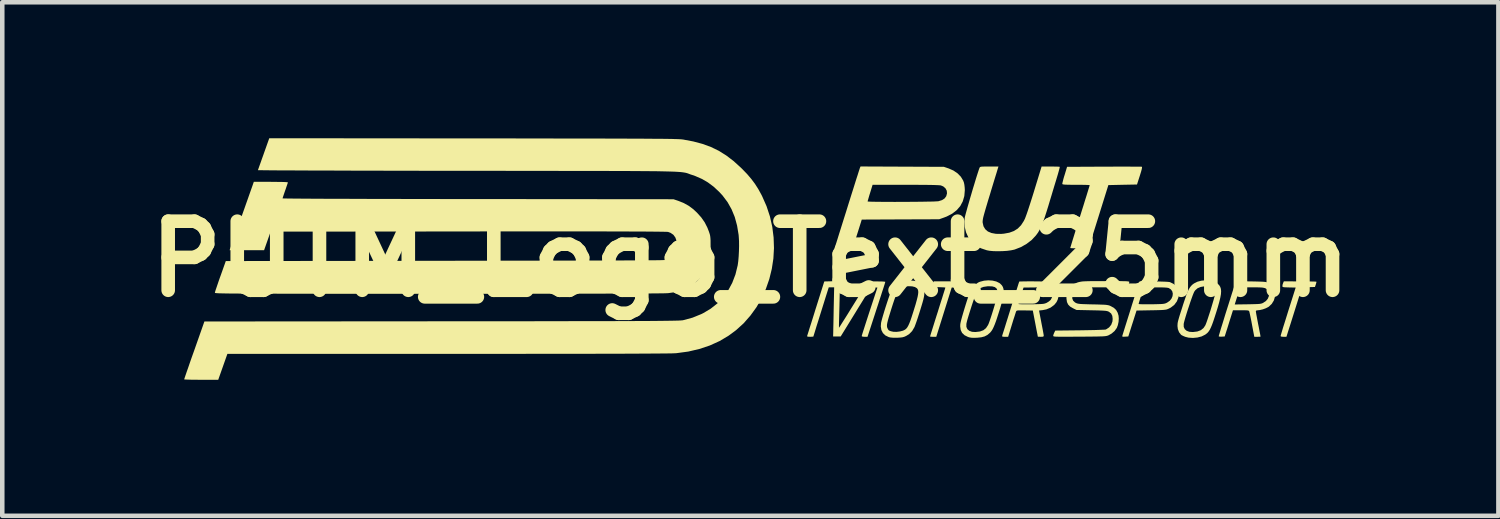
<source format=kicad_pcb>
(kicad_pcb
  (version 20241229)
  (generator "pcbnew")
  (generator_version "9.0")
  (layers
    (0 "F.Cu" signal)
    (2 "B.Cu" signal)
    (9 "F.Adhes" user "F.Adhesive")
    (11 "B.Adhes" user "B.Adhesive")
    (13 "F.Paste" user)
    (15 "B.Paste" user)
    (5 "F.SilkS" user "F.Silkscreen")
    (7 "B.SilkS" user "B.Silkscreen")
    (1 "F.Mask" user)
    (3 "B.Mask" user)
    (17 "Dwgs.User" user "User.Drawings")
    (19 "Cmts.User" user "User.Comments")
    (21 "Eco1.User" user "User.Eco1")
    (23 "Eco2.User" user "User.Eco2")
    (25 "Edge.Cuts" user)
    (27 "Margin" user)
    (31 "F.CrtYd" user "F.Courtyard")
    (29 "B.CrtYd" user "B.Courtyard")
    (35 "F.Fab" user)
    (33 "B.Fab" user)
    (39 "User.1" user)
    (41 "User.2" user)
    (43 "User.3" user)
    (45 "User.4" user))
  (footprint "PUTM_Logo_Text_25mm"
    (layer "F.Cu")
    (at 13.506 2.665)
    (property "Reference" "PUTM_Logo_Text_25mm" (at 0 0 0) (layer "F.SilkS") (effects (font (size 1.524 1.524) (thickness 0.3))))
    (attr board_only exclude_from_pos_files exclude_from_bom allow_missing_courtyard)
    (fp_poly (pts (xy 12.127 0.494) (xy 12.221 0.494) (xy 12.306 0.495) (xy 12.378 0.496) (xy 12.435 0.497) (xy 12.474 0.499) (xy 12.489 0.5) (xy 12.489 0.5) (xy 12.489 0.514) (xy 12.481 0.545) (xy 12.476 0.561) (xy 12.457 0.617) (xy 12.171 0.625) (xy 12.044 1.031) (xy 12.011 1.136) (xy 11.978 1.241) (xy 11.947 1.34) (xy 11.919 1.429) (xy 11.895 1.504) (xy 11.877 1.56) (xy 11.872 1.576) (xy 11.828 1.716) (xy 11.764 1.716) (xy 11.719 1.713) (xy 11.7 1.703) (xy 11.699 1.7) (xy 11.703 1.684) (xy 11.714 1.646) (xy 11.731 1.589) (xy 11.753 1.515) (xy 11.781 1.427) (xy 11.812 1.328) (xy 11.846 1.219) (xy 11.865 1.157) (xy 12.032 0.63) (xy 11.885 0.627) (xy 11.821 0.625) (xy 11.78 0.623) (xy 11.755 0.619) (xy 11.743 0.612) (xy 11.739 0.603) (xy 11.739 0.594) (xy 11.744 0.561) (xy 11.755 0.529) (xy 11.771 0.492)) (stroke (width 0) (type solid)) (fill yes) (layer "F.SilkS"))
    (fp_poly (pts (xy 4.403 0.493) (xy 4.496 0.493) (xy 4.58 0.494) (xy 4.651 0.496) (xy 4.707 0.498) (xy 4.744 0.5) (xy 4.758 0.503) (xy 4.758 0.503) (xy 4.753 0.538) (xy 4.744 0.576) (xy 4.731 0.604) (xy 4.726 0.61) (xy 4.707 0.616) (xy 4.669 0.621) (xy 4.617 0.625) (xy 4.576 0.627) (xy 4.442 0.63) (xy 4.272 1.173) (xy 4.102 1.716) (xy 4.033 1.716) (xy 3.995 1.715) (xy 3.97 1.712) (xy 3.965 1.71) (xy 3.968 1.697) (xy 3.979 1.662) (xy 3.996 1.607) (xy 4.019 1.534) (xy 4.046 1.448) (xy 4.077 1.349) (xy 4.111 1.241) (xy 4.134 1.17) (xy 4.169 1.057) (xy 4.202 0.952) (xy 4.232 0.858) (xy 4.257 0.777) (xy 4.278 0.711) (xy 4.293 0.663) (xy 4.301 0.635) (xy 4.303 0.63) (xy 4.291 0.628) (xy 4.258 0.625) (xy 4.209 0.623) (xy 4.156 0.621) (xy 4.093 0.619) (xy 4.052 0.617) (xy 4.027 0.613) (xy 4.016 0.607) (xy 4.013 0.597) (xy 4.014 0.586) (xy 4.022 0.55) (xy 4.033 0.524) (xy 4.049 0.492)) (stroke (width 0) (type solid)) (fill yes) (layer "F.SilkS"))
    (fp_poly (pts (xy 8.327 -2.039) (xy 8.427 -2.038) (xy 8.51 -2.038) (xy 8.575 -2.037) (xy 8.618 -2.037) (xy 8.639 -2.036) (xy 8.64 -2.035) (xy 8.642 -2.021) (xy 8.636 -1.984) (xy 8.62 -1.924) (xy 8.594 -1.84) (xy 8.593 -1.837) (xy 8.531 -1.644) (xy 8.215 -1.638) (xy 7.899 -1.631) (xy 7.682 -0.936) (xy 7.464 -0.24) (xy 7.261 -0.237) (xy 7.192 -0.236) (xy 7.133 -0.237) (xy 7.088 -0.239) (xy 7.063 -0.241) (xy 7.058 -0.243) (xy 7.062 -0.257) (xy 7.073 -0.293) (xy 7.09 -0.35) (xy 7.113 -0.425) (xy 7.141 -0.515) (xy 7.173 -0.619) (xy 7.209 -0.734) (xy 7.248 -0.857) (xy 7.273 -0.937) (xy 7.313 -1.066) (xy 7.351 -1.186) (xy 7.385 -1.297) (xy 7.416 -1.395) (xy 7.442 -1.48) (xy 7.463 -1.548) (xy 7.478 -1.597) (xy 7.486 -1.624) (xy 7.487 -1.63) (xy 7.475 -1.632) (xy 7.44 -1.634) (xy 7.387 -1.636) (xy 7.318 -1.637) (xy 7.238 -1.638) (xy 7.188 -1.638) (xy 7.086 -1.638) (xy 7.008 -1.639) (xy 6.951 -1.641) (xy 6.913 -1.644) (xy 6.891 -1.649) (xy 6.883 -1.654) (xy 6.884 -1.672) (xy 6.893 -1.709) (xy 6.906 -1.762) (xy 6.924 -1.825) (xy 6.933 -1.852) (xy 6.988 -2.034) (xy 7.806 -2.038) (xy 7.95 -2.038) (xy 8.086 -2.039) (xy 8.213 -2.039)) (stroke (width 0) (type solid)) (fill yes) (layer "F.SilkS"))
    (fp_poly (pts (xy 8.836 0.492) (xy 8.917 0.494) (xy 8.999 0.495) (xy 9.076 0.498) (xy 9.145 0.5) (xy 9.201 0.503) (xy 9.241 0.507) (xy 9.258 0.51) (xy 9.336 0.548) (xy 9.396 0.601) (xy 9.436 0.666) (xy 9.454 0.74) (xy 9.454 0.752) (xy 9.444 0.85) (xy 9.41 0.936) (xy 9.354 1.011) (xy 9.277 1.071) (xy 9.245 1.088) (xy 9.222 1.099) (xy 9.2 1.108) (xy 9.178 1.115) (xy 9.15 1.119) (xy 9.113 1.123) (xy 9.063 1.126) (xy 8.997 1.128) (xy 8.911 1.13) (xy 8.846 1.131) (xy 8.521 1.137) (xy 8.471 1.293) (xy 8.447 1.37) (xy 8.42 1.453) (xy 8.395 1.532) (xy 8.38 1.579) (xy 8.339 1.709) (xy 8.269 1.713) (xy 8.23 1.715) (xy 8.21 1.712) (xy 8.205 1.702) (xy 8.207 1.694) (xy 8.232 1.613) (xy 8.261 1.52) (xy 8.293 1.418) (xy 8.327 1.31) (xy 8.362 1.199) (xy 8.397 1.087) (xy 8.426 0.992) (xy 8.566 0.992) (xy 8.579 0.995) (xy 8.613 0.997) (xy 8.667 0.999) (xy 8.734 0.999) (xy 8.814 0.999) (xy 8.849 0.999) (xy 8.943 0.997) (xy 9.014 0.995) (xy 9.067 0.993) (xy 9.106 0.99) (xy 9.135 0.985) (xy 9.158 0.979) (xy 9.179 0.97) (xy 9.197 0.961) (xy 9.253 0.922) (xy 9.292 0.873) (xy 9.315 0.819) (xy 9.321 0.764) (xy 9.309 0.713) (xy 9.279 0.671) (xy 9.232 0.641) (xy 9.219 0.637) (xy 9.187 0.632) (xy 9.132 0.628) (xy 9.059 0.626) (xy 8.97 0.626) (xy 8.924 0.627) (xy 8.678 0.63) (xy 8.622 0.806) (xy 8.602 0.87) (xy 8.585 0.925) (xy 8.573 0.966) (xy 8.567 0.989) (xy 8.566 0.992) (xy 8.426 0.992) (xy 8.431 0.977) (xy 8.464 0.872) (xy 8.495 0.774) (xy 8.523 0.687) (xy 8.546 0.613) (xy 8.565 0.555) (xy 8.578 0.516) (xy 8.584 0.498) (xy 8.584 0.498) (xy 8.6 0.495) (xy 8.637 0.493) (xy 8.692 0.492) (xy 8.76 0.492)) (stroke (width 0) (type solid)) (fill yes) (layer "F.SilkS"))
    (fp_poly (pts (xy 5.342 0.476) (xy 5.426 0.496) (xy 5.494 0.529) (xy 5.516 0.546) (xy 5.549 0.58) (xy 5.572 0.618) (xy 5.586 0.663) (xy 5.59 0.717) (xy 5.585 0.784) (xy 5.57 0.865) (xy 5.546 0.964) (xy 5.512 1.083) (xy 5.493 1.144) (xy 5.455 1.263) (xy 5.423 1.361) (xy 5.394 1.439) (xy 5.368 1.501) (xy 5.344 1.55) (xy 5.32 1.588) (xy 5.294 1.62) (xy 5.284 1.63) (xy 5.229 1.676) (xy 5.168 1.708) (xy 5.095 1.727) (xy 5.003 1.737) (xy 4.992 1.737) (xy 4.923 1.739) (xy 4.872 1.736) (xy 4.829 1.728) (xy 4.799 1.718) (xy 4.725 1.681) (xy 4.672 1.631) (xy 4.641 1.566) (xy 4.63 1.486) (xy 4.632 1.438) (xy 4.633 1.432) (xy 4.766 1.432) (xy 4.766 1.497) (xy 4.788 1.548) (xy 4.83 1.584) (xy 4.89 1.606) (xy 4.966 1.611) (xy 5.059 1.6) (xy 5.069 1.598) (xy 5.142 1.571) (xy 5.199 1.525) (xy 5.244 1.457) (xy 5.26 1.421) (xy 5.28 1.366) (xy 5.304 1.295) (xy 5.33 1.215) (xy 5.357 1.129) (xy 5.383 1.042) (xy 5.407 0.959) (xy 5.428 0.883) (xy 5.444 0.821) (xy 5.454 0.776) (xy 5.456 0.76) (xy 5.453 0.698) (xy 5.433 0.651) (xy 5.395 0.62) (xy 5.337 0.604) (xy 5.258 0.601) (xy 5.231 0.602) (xy 5.144 0.615) (xy 5.078 0.64) (xy 5.027 0.681) (xy 4.997 0.723) (xy 4.983 0.752) (xy 4.963 0.802) (xy 4.939 0.868) (xy 4.912 0.946) (xy 4.884 1.03) (xy 4.856 1.118) (xy 4.829 1.203) (xy 4.805 1.282) (xy 4.785 1.35) (xy 4.772 1.403) (xy 4.766 1.432) (xy 4.633 1.432) (xy 4.638 1.404) (xy 4.651 1.349) (xy 4.67 1.278) (xy 4.694 1.196) (xy 4.72 1.108) (xy 4.748 1.017) (xy 4.776 0.928) (xy 4.803 0.846) (xy 4.828 0.775) (xy 4.849 0.719) (xy 4.864 0.684) (xy 4.906 0.622) (xy 4.962 0.565) (xy 5.024 0.52) (xy 5.064 0.502) (xy 5.156 0.478) (xy 5.25 0.47)) (stroke (width 0) (type solid)) (fill yes) (layer "F.SilkS"))
    (fp_poly (pts (xy 10.133 0.474) (xy 10.217 0.494) (xy 10.288 0.527) (xy 10.313 0.546) (xy 10.345 0.579) (xy 10.368 0.616) (xy 10.382 0.659) (xy 10.387 0.711) (xy 10.383 0.775) (xy 10.369 0.853) (xy 10.346 0.948) (xy 10.314 1.062) (xy 10.283 1.162) (xy 10.245 1.281) (xy 10.213 1.378) (xy 10.185 1.455) (xy 10.159 1.516) (xy 10.135 1.564) (xy 10.11 1.601) (xy 10.084 1.631) (xy 10.054 1.655) (xy 10.035 1.669) (xy 9.957 1.708) (xy 9.864 1.732) (xy 9.766 1.741) (xy 9.669 1.735) (xy 9.596 1.717) (xy 9.553 1.699) (xy 9.515 1.68) (xy 9.501 1.669) (xy 9.459 1.615) (xy 9.432 1.546) (xy 9.424 1.479) (xy 9.425 1.454) (xy 9.426 1.434) (xy 9.561 1.434) (xy 9.562 1.498) (xy 9.585 1.548) (xy 9.627 1.584) (xy 9.687 1.606) (xy 9.764 1.611) (xy 9.856 1.6) (xy 9.866 1.598) (xy 9.94 1.57) (xy 9.999 1.522) (xy 10.038 1.464) (xy 10.052 1.431) (xy 10.072 1.377) (xy 10.095 1.309) (xy 10.121 1.229) (xy 10.149 1.144) (xy 10.175 1.057) (xy 10.2 0.973) (xy 10.222 0.898) (xy 10.239 0.835) (xy 10.249 0.789) (xy 10.252 0.773) (xy 10.251 0.707) (xy 10.233 0.657) (xy 10.195 0.623) (xy 10.137 0.604) (xy 10.058 0.6) (xy 10.02 0.602) (xy 9.934 0.617) (xy 9.867 0.645) (xy 9.816 0.69) (xy 9.793 0.723) (xy 9.78 0.752) (xy 9.76 0.802) (xy 9.736 0.868) (xy 9.709 0.945) (xy 9.681 1.03) (xy 9.652 1.117) (xy 9.625 1.202) (xy 9.601 1.281) (xy 9.581 1.35) (xy 9.567 1.403) (xy 9.561 1.434) (xy 9.426 1.434) (xy 9.426 1.43) (xy 9.429 1.405) (xy 9.435 1.376) (xy 9.445 1.338) (xy 9.459 1.289) (xy 9.478 1.226) (xy 9.504 1.146) (xy 9.536 1.045) (xy 9.548 1.006) (xy 9.586 0.892) (xy 9.618 0.8) (xy 9.647 0.727) (xy 9.673 0.67) (xy 9.7 0.625) (xy 9.728 0.59) (xy 9.758 0.561) (xy 9.79 0.538) (xy 9.864 0.501) (xy 9.951 0.478) (xy 10.042 0.469)) (stroke (width 0) (type solid)) (fill yes) (layer "F.SilkS"))
    (fp_poly (pts (xy 3.35 -2.038) (xy 4.27 -2.034) (xy 4.374 -1.999) (xy 4.481 -1.952) (xy 4.572 -1.89) (xy 4.644 -1.816) (xy 4.695 -1.732) (xy 4.712 -1.687) (xy 4.722 -1.639) (xy 4.729 -1.578) (xy 4.732 -1.521) (xy 4.721 -1.39) (xy 4.687 -1.273) (xy 4.632 -1.169) (xy 4.554 -1.079) (xy 4.455 -1.002) (xy 4.333 -0.938) (xy 4.27 -0.914) (xy 4.166 -0.877) (xy 3.312 -0.874) (xy 2.458 -0.87) (xy 2.398 -0.679) (xy 2.373 -0.599) (xy 2.346 -0.515) (xy 2.321 -0.436) (xy 2.301 -0.372) (xy 2.297 -0.361) (xy 2.256 -0.234) (xy 2.056 -0.234) (xy 1.977 -0.234) (xy 1.921 -0.236) (xy 1.885 -0.239) (xy 1.866 -0.243) (xy 1.862 -0.25) (xy 1.862 -0.25) (xy 1.867 -0.265) (xy 1.879 -0.303) (xy 1.898 -0.361) (xy 1.922 -0.438) (xy 1.951 -0.532) (xy 1.985 -0.64) (xy 2.023 -0.761) (xy 2.064 -0.892) (xy 2.108 -1.031) (xy 2.137 -1.124) (xy 2.182 -1.269) (xy 2.183 -1.271) (xy 2.587 -1.271) (xy 2.599 -1.268) (xy 2.635 -1.266) (xy 2.691 -1.264) (xy 2.766 -1.263) (xy 2.855 -1.262) (xy 2.956 -1.261) (xy 3.067 -1.261) (xy 3.185 -1.26) (xy 3.307 -1.261) (xy 3.431 -1.261) (xy 3.553 -1.262) (xy 3.671 -1.263) (xy 3.782 -1.264) (xy 3.884 -1.266) (xy 3.973 -1.267) (xy 4.047 -1.269) (xy 4.104 -1.272) (xy 4.14 -1.274) (xy 4.149 -1.275) (xy 4.227 -1.299) (xy 4.284 -1.335) (xy 4.32 -1.383) (xy 4.322 -1.386) (xy 4.339 -1.449) (xy 4.333 -1.508) (xy 4.304 -1.561) (xy 4.256 -1.602) (xy 4.203 -1.624) (xy 4.177 -1.627) (xy 4.126 -1.63) (xy 4.05 -1.633) (xy 3.95 -1.635) (xy 3.827 -1.636) (xy 3.681 -1.637) (xy 3.512 -1.638) (xy 3.425 -1.638) (xy 2.697 -1.638) (xy 2.642 -1.459) (xy 2.622 -1.395) (xy 2.606 -1.339) (xy 2.594 -1.297) (xy 2.587 -1.274) (xy 2.587 -1.271) (xy 2.183 -1.271) (xy 2.225 -1.406) (xy 2.266 -1.535) (xy 2.303 -1.653) (xy 2.336 -1.758) (xy 2.365 -1.847) (xy 2.388 -1.92) (xy 2.405 -1.973) (xy 2.415 -2.004) (xy 2.418 -2.012) (xy 2.431 -2.042)) (stroke (width 0) (type solid)) (fill yes) (layer "F.SilkS"))
    (fp_poly (pts (xy 3.604 0.479) (xy 3.677 0.492) (xy 3.735 0.517) (xy 3.78 0.555) (xy 3.806 0.589) (xy 3.825 0.62) (xy 3.835 0.65) (xy 3.839 0.688) (xy 3.84 0.74) (xy 3.838 0.776) (xy 3.834 0.812) (xy 3.826 0.854) (xy 3.814 0.905) (xy 3.796 0.969) (xy 3.772 1.049) (xy 3.745 1.137) (xy 3.717 1.225) (xy 3.69 1.309) (xy 3.665 1.383) (xy 3.643 1.444) (xy 3.627 1.487) (xy 3.621 1.502) (xy 3.569 1.59) (xy 3.502 1.658) (xy 3.436 1.698) (xy 3.396 1.716) (xy 3.356 1.727) (xy 3.308 1.733) (xy 3.244 1.737) (xy 3.239 1.737) (xy 3.153 1.737) (xy 3.088 1.731) (xy 3.052 1.722) (xy 2.979 1.686) (xy 2.925 1.634) (xy 2.891 1.567) (xy 2.878 1.487) (xy 2.879 1.475) (xy 3.014 1.475) (xy 3.016 1.5) (xy 3.022 1.52) (xy 3.031 1.538) (xy 3.043 1.56) (xy 3.054 1.573) (xy 3.073 1.583) (xy 3.103 1.594) (xy 3.159 1.606) (xy 3.229 1.607) (xy 3.302 1.598) (xy 3.367 1.581) (xy 3.387 1.572) (xy 3.415 1.557) (xy 3.44 1.536) (xy 3.462 1.509) (xy 3.484 1.471) (xy 3.507 1.421) (xy 3.533 1.355) (xy 3.561 1.271) (xy 3.595 1.165) (xy 3.609 1.12) (xy 3.645 1.004) (xy 3.671 0.91) (xy 3.69 0.835) (xy 3.701 0.776) (xy 3.705 0.73) (xy 3.702 0.696) (xy 3.693 0.669) (xy 3.677 0.647) (xy 3.674 0.644) (xy 3.631 0.618) (xy 3.569 0.603) (xy 3.493 0.6) (xy 3.449 0.603) (xy 3.394 0.612) (xy 3.348 0.627) (xy 3.309 0.65) (xy 3.275 0.684) (xy 3.244 0.733) (xy 3.214 0.799) (xy 3.182 0.884) (xy 3.147 0.987) (xy 3.108 1.109) (xy 3.077 1.21) (xy 3.052 1.291) (xy 3.034 1.356) (xy 3.022 1.406) (xy 3.015 1.445) (xy 3.014 1.475) (xy 2.879 1.475) (xy 2.884 1.408) (xy 2.894 1.365) (xy 2.91 1.305) (xy 2.932 1.23) (xy 2.957 1.146) (xy 2.985 1.057) (xy 3.014 0.968) (xy 3.042 0.883) (xy 3.068 0.808) (xy 3.09 0.746) (xy 3.108 0.702) (xy 3.114 0.689) (xy 3.166 0.612) (xy 3.237 0.547) (xy 3.308 0.505) (xy 3.344 0.49) (xy 3.38 0.481) (xy 3.424 0.477) (xy 3.484 0.475) (xy 3.51 0.475)) (stroke (width 0) (type solid)) (fill yes) (layer "F.SilkS"))
    (fp_poly (pts (xy 5.465 -2.012) (xy 5.459 -1.993) (xy 5.447 -1.953) (xy 5.429 -1.893) (xy 5.405 -1.816) (xy 5.377 -1.725) (xy 5.346 -1.623) (xy 5.312 -1.511) (xy 5.288 -1.43) (xy 5.247 -1.297) (xy 5.214 -1.186) (xy 5.187 -1.095) (xy 5.166 -1.021) (xy 5.15 -0.963) (xy 5.138 -0.917) (xy 5.131 -0.881) (xy 5.127 -0.853) (xy 5.125 -0.83) (xy 5.125 -0.81) (xy 5.126 -0.802) (xy 5.144 -0.722) (xy 5.183 -0.657) (xy 5.241 -0.607) (xy 5.32 -0.574) (xy 5.417 -0.556) (xy 5.532 -0.554) (xy 5.593 -0.559) (xy 5.714 -0.581) (xy 5.815 -0.618) (xy 5.9 -0.672) (xy 5.972 -0.745) (xy 6.033 -0.839) (xy 6.058 -0.889) (xy 6.072 -0.925) (xy 6.093 -0.982) (xy 6.119 -1.057) (xy 6.149 -1.148) (xy 6.182 -1.25) (xy 6.217 -1.36) (xy 6.253 -1.475) (xy 6.266 -1.518) (xy 6.426 -2.041) (xy 6.623 -2.041) (xy 6.692 -2.04) (xy 6.751 -2.039) (xy 6.796 -2.038) (xy 6.822 -2.035) (xy 6.827 -2.034) (xy 6.825 -2.02) (xy 6.817 -1.986) (xy 6.803 -1.934) (xy 6.785 -1.87) (xy 6.763 -1.797) (xy 6.741 -1.723) (xy 6.712 -1.629) (xy 6.68 -1.523) (xy 6.646 -1.409) (xy 6.611 -1.294) (xy 6.578 -1.183) (xy 6.576 -1.176) (xy 6.534 -1.042) (xy 6.498 -0.93) (xy 6.466 -0.836) (xy 6.436 -0.758) (xy 6.407 -0.692) (xy 6.378 -0.636) (xy 6.348 -0.585) (xy 6.314 -0.538) (xy 6.298 -0.517) (xy 6.207 -0.42) (xy 6.096 -0.335) (xy 5.972 -0.264) (xy 5.838 -0.212) (xy 5.823 -0.207) (xy 5.751 -0.192) (xy 5.662 -0.18) (xy 5.562 -0.174) (xy 5.46 -0.172) (xy 5.362 -0.174) (xy 5.275 -0.182) (xy 5.217 -0.193) (xy 5.087 -0.237) (xy 4.976 -0.298) (xy 4.884 -0.375) (xy 4.813 -0.469) (xy 4.763 -0.579) (xy 4.759 -0.589) (xy 4.73 -0.708) (xy 4.723 -0.823) (xy 4.73 -0.91) (xy 4.736 -0.939) (xy 4.749 -0.989) (xy 4.768 -1.058) (xy 4.791 -1.141) (xy 4.818 -1.234) (xy 4.847 -1.336) (xy 4.878 -1.441) (xy 4.909 -1.547) (xy 4.941 -1.651) (xy 4.97 -1.748) (xy 4.997 -1.835) (xy 5.021 -1.909) (xy 5.04 -1.967) (xy 5.053 -2.004) (xy 5.056 -2.012) (xy 5.062 -2.023) (xy 5.071 -2.03) (xy 5.087 -2.036) (xy 5.114 -2.039) (xy 5.156 -2.04) (xy 5.218 -2.041) (xy 5.272 -2.041) (xy 5.474 -2.041)) (stroke (width 0) (type solid)) (fill yes) (layer "F.SilkS"))
    (fp_poly (pts (xy 1.921 0.491) (xy 1.953 0.494) (xy 1.969 0.5) (xy 1.973 0.505) (xy 1.974 0.521) (xy 1.974 0.561) (xy 1.974 0.621) (xy 1.973 0.697) (xy 1.971 0.788) (xy 1.969 0.891) (xy 1.966 1.001) (xy 1.966 1.018) (xy 1.963 1.129) (xy 1.96 1.231) (xy 1.958 1.322) (xy 1.956 1.399) (xy 1.955 1.459) (xy 1.955 1.499) (xy 1.955 1.517) (xy 1.955 1.517) (xy 1.962 1.507) (xy 1.982 1.477) (xy 2.012 1.429) (xy 2.052 1.366) (xy 2.101 1.289) (xy 2.156 1.201) (xy 2.216 1.103) (xy 2.276 1.007) (xy 2.593 0.494) (xy 2.785 0.494) (xy 2.852 0.495) (xy 2.909 0.496) (xy 2.951 0.499) (xy 2.974 0.502) (xy 2.977 0.504) (xy 2.973 0.52) (xy 2.963 0.554) (xy 2.948 0.601) (xy 2.939 0.63) (xy 2.926 0.669) (xy 2.906 0.73) (xy 2.881 0.808) (xy 2.851 0.899) (xy 2.818 1.002) (xy 2.782 1.111) (xy 2.746 1.223) (xy 2.743 1.232) (xy 2.585 1.716) (xy 2.521 1.716) (xy 2.477 1.713) (xy 2.458 1.703) (xy 2.457 1.7) (xy 2.461 1.684) (xy 2.472 1.647) (xy 2.49 1.59) (xy 2.514 1.516) (xy 2.542 1.428) (xy 2.574 1.329) (xy 2.609 1.221) (xy 2.63 1.157) (xy 2.803 0.63) (xy 2.732 0.626) (xy 2.682 0.627) (xy 2.655 0.635) (xy 2.65 0.639) (xy 2.642 0.654) (xy 2.621 0.688) (xy 2.589 0.74) (xy 2.548 0.807) (xy 2.499 0.887) (xy 2.443 0.978) (xy 2.381 1.078) (xy 2.317 1.183) (xy 1.993 1.709) (xy 1.826 1.709) (xy 1.827 1.664) (xy 1.828 1.641) (xy 1.829 1.595) (xy 1.83 1.529) (xy 1.832 1.447) (xy 1.834 1.352) (xy 1.836 1.247) (xy 1.838 1.134) (xy 1.838 1.121) (xy 1.849 0.624) (xy 1.73 0.624) (xy 1.665 0.829) (xy 1.631 0.938) (xy 1.596 1.05) (xy 1.561 1.162) (xy 1.527 1.27) (xy 1.495 1.373) (xy 1.465 1.467) (xy 1.44 1.549) (xy 1.419 1.618) (xy 1.403 1.669) (xy 1.393 1.701) (xy 1.391 1.71) (xy 1.379 1.713) (xy 1.349 1.715) (xy 1.318 1.716) (xy 1.275 1.714) (xy 1.254 1.708) (xy 1.252 1.7) (xy 1.257 1.684) (xy 1.269 1.647) (xy 1.287 1.589) (xy 1.31 1.514) (xy 1.339 1.425) (xy 1.371 1.323) (xy 1.406 1.211) (xy 1.443 1.091) (xy 1.444 1.089) (xy 1.631 0.495) (xy 1.799 0.491) (xy 1.871 0.49)) (stroke (width 0) (type solid)) (fill yes) (layer "F.SilkS"))
    (fp_poly (pts (xy 10.924 0.492) (xy 11.034 0.494) (xy 11.051 0.494) (xy 11.152 0.496) (xy 11.231 0.498) (xy 11.291 0.5) (xy 11.335 0.503) (xy 11.368 0.507) (xy 11.392 0.512) (xy 11.411 0.519) (xy 11.429 0.528) (xy 11.438 0.533) (xy 11.508 0.584) (xy 11.554 0.645) (xy 11.577 0.717) (xy 11.579 0.735) (xy 11.576 0.828) (xy 11.55 0.915) (xy 11.504 0.99) (xy 11.441 1.05) (xy 11.428 1.058) (xy 11.372 1.087) (xy 11.306 1.111) (xy 11.241 1.126) (xy 11.196 1.131) (xy 11.165 1.135) (xy 11.154 1.148) (xy 11.153 1.154) (xy 11.156 1.173) (xy 11.162 1.213) (xy 11.173 1.271) (xy 11.186 1.342) (xy 11.201 1.421) (xy 11.205 1.441) (xy 11.221 1.52) (xy 11.234 1.591) (xy 11.246 1.648) (xy 11.253 1.689) (xy 11.257 1.709) (xy 11.257 1.711) (xy 11.245 1.714) (xy 11.215 1.715) (xy 11.188 1.716) (xy 11.119 1.716) (xy 11.069 1.453) (xy 11.054 1.371) (xy 11.039 1.297) (xy 11.026 1.235) (xy 11.016 1.189) (xy 11.01 1.163) (xy 11.009 1.16) (xy 11.003 1.148) (xy 10.994 1.14) (xy 10.977 1.135) (xy 10.948 1.132) (xy 10.902 1.131) (xy 10.835 1.131) (xy 10.823 1.131) (xy 10.648 1.131) (xy 10.594 1.303) (xy 10.57 1.379) (xy 10.545 1.46) (xy 10.522 1.534) (xy 10.503 1.592) (xy 10.466 1.709) (xy 10.4 1.713) (xy 10.357 1.713) (xy 10.336 1.707) (xy 10.334 1.703) (xy 10.338 1.687) (xy 10.349 1.65) (xy 10.366 1.593) (xy 10.387 1.521) (xy 10.414 1.436) (xy 10.443 1.342) (xy 10.474 1.24) (xy 10.507 1.135) (xy 10.541 1.028) (xy 10.549 1.003) (xy 10.687 1.003) (xy 10.975 0.999) (xy 11.07 0.997) (xy 11.143 0.995) (xy 11.197 0.993) (xy 11.237 0.99) (xy 11.266 0.985) (xy 11.288 0.979) (xy 11.307 0.971) (xy 11.316 0.966) (xy 11.376 0.926) (xy 11.416 0.878) (xy 11.441 0.817) (xy 11.449 0.754) (xy 11.435 0.703) (xy 11.398 0.665) (xy 11.369 0.649) (xy 11.347 0.64) (xy 11.321 0.634) (xy 11.288 0.629) (xy 11.243 0.627) (xy 11.183 0.625) (xy 11.102 0.624) (xy 11.059 0.624) (xy 10.98 0.625) (xy 10.912 0.626) (xy 10.856 0.628) (xy 10.819 0.63) (xy 10.802 0.633) (xy 10.802 0.634) (xy 10.798 0.649) (xy 10.788 0.684) (xy 10.772 0.735) (xy 10.753 0.796) (xy 10.744 0.823) (xy 10.687 1.003) (xy 10.549 1.003) (xy 10.574 0.924) (xy 10.605 0.825) (xy 10.634 0.733) (xy 10.66 0.653) (xy 10.682 0.587) (xy 10.698 0.537) (xy 10.709 0.508) (xy 10.712 0.5) (xy 10.728 0.496) (xy 10.77 0.493) (xy 10.835 0.492)) (stroke (width 0) (type solid)) (fill yes) (layer "F.SilkS"))
    (fp_poly (pts (xy 6.248 0.493) (xy 6.362 0.494) (xy 6.453 0.496) (xy 6.524 0.5) (xy 6.581 0.507) (xy 6.625 0.517) (xy 6.66 0.531) (xy 6.69 0.549) (xy 6.719 0.573) (xy 6.731 0.584) (xy 6.779 0.647) (xy 6.803 0.721) (xy 6.803 0.805) (xy 6.799 0.829) (xy 6.781 0.897) (xy 6.755 0.951) (xy 6.714 1.002) (xy 6.699 1.017) (xy 6.623 1.073) (xy 6.532 1.111) (xy 6.446 1.128) (xy 6.405 1.132) (xy 6.378 1.136) (xy 6.369 1.138) (xy 6.372 1.151) (xy 6.379 1.186) (xy 6.389 1.239) (xy 6.402 1.306) (xy 6.417 1.383) (xy 6.421 1.406) (xy 6.437 1.487) (xy 6.451 1.56) (xy 6.462 1.621) (xy 6.47 1.666) (xy 6.473 1.691) (xy 6.473 1.693) (xy 6.469 1.707) (xy 6.451 1.714) (xy 6.414 1.716) (xy 6.408 1.716) (xy 6.371 1.715) (xy 6.347 1.714) (xy 6.343 1.713) (xy 6.34 1.699) (xy 6.334 1.664) (xy 6.323 1.611) (xy 6.31 1.544) (xy 6.295 1.465) (xy 6.287 1.423) (xy 6.232 1.137) (xy 6.054 1.134) (xy 5.983 1.133) (xy 5.932 1.133) (xy 5.9 1.135) (xy 5.88 1.139) (xy 5.87 1.147) (xy 5.865 1.153) (xy 5.858 1.172) (xy 5.845 1.212) (xy 5.827 1.269) (xy 5.804 1.338) (xy 5.78 1.417) (xy 5.771 1.446) (xy 5.688 1.716) (xy 5.618 1.716) (xy 5.578 1.715) (xy 5.559 1.71) (xy 5.554 1.7) (xy 5.556 1.693) (xy 5.561 1.676) (xy 5.573 1.637) (xy 5.592 1.579) (xy 5.616 1.503) (xy 5.644 1.412) (xy 5.676 1.31) (xy 5.711 1.198) (xy 5.746 1.086) (xy 5.775 0.992) (xy 5.915 0.992) (xy 5.927 0.995) (xy 5.962 0.997) (xy 6.015 0.999) (xy 6.083 0.999) (xy 6.162 0.999) (xy 6.197 0.999) (xy 6.291 0.997) (xy 6.363 0.995) (xy 6.416 0.993) (xy 6.456 0.99) (xy 6.485 0.985) (xy 6.509 0.978) (xy 6.53 0.97) (xy 6.542 0.964) (xy 6.584 0.938) (xy 6.62 0.908) (xy 6.631 0.894) (xy 6.655 0.846) (xy 6.666 0.79) (xy 6.664 0.736) (xy 6.65 0.695) (xy 6.632 0.672) (xy 6.61 0.654) (xy 6.581 0.642) (xy 6.541 0.633) (xy 6.487 0.628) (xy 6.415 0.626) (xy 6.322 0.626) (xy 6.282 0.627) (xy 6.027 0.63) (xy 5.971 0.806) (xy 5.951 0.87) (xy 5.934 0.925) (xy 5.922 0.966) (xy 5.915 0.989) (xy 5.915 0.992) (xy 5.775 0.992) (xy 5.783 0.968) (xy 5.817 0.858) (xy 5.849 0.758) (xy 5.877 0.671) (xy 5.9 0.598) (xy 5.917 0.544) (xy 5.929 0.509) (xy 5.933 0.497) (xy 5.947 0.496) (xy 5.983 0.495) (xy 6.038 0.494) (xy 6.108 0.493) (xy 6.189 0.493)) (stroke (width 0) (type solid)) (fill yes) (layer "F.SilkS"))
    (fp_poly (pts (xy 7.975 0.487) (xy 8.081 0.488) (xy 8.166 0.488) (xy 8.232 0.489) (xy 8.281 0.49) (xy 8.316 0.492) (xy 8.339 0.495) (xy 8.353 0.498) (xy 8.359 0.503) (xy 8.361 0.508) (xy 8.36 0.513) (xy 8.352 0.544) (xy 8.339 0.58) (xy 8.338 0.582) (xy 8.321 0.624) (xy 7.818 0.624) (xy 7.671 0.624) (xy 7.549 0.625) (xy 7.45 0.627) (xy 7.373 0.629) (xy 7.316 0.632) (xy 7.278 0.636) (xy 7.262 0.64) (xy 7.199 0.67) (xy 7.148 0.716) (xy 7.114 0.773) (xy 7.104 0.808) (xy 7.103 0.872) (xy 7.123 0.921) (xy 7.164 0.959) (xy 7.182 0.968) (xy 7.201 0.977) (xy 7.222 0.983) (xy 7.25 0.988) (xy 7.287 0.992) (xy 7.338 0.995) (xy 7.406 0.997) (xy 7.495 1) (xy 7.559 1.001) (xy 7.66 1.003) (xy 7.739 1.006) (xy 7.8 1.008) (xy 7.845 1.011) (xy 7.879 1.016) (xy 7.905 1.021) (xy 7.927 1.028) (xy 7.949 1.038) (xy 8.02 1.077) (xy 8.07 1.124) (xy 8.104 1.184) (xy 8.124 1.251) (xy 8.129 1.314) (xy 8.124 1.387) (xy 8.108 1.46) (xy 8.086 1.519) (xy 8.037 1.588) (xy 7.969 1.646) (xy 7.91 1.679) (xy 7.894 1.687) (xy 7.878 1.692) (xy 7.86 1.697) (xy 7.837 1.701) (xy 7.806 1.704) (xy 7.766 1.707) (xy 7.713 1.708) (xy 7.646 1.71) (xy 7.561 1.711) (xy 7.456 1.712) (xy 7.329 1.713) (xy 7.263 1.713) (xy 7.125 1.714) (xy 7.011 1.715) (xy 6.918 1.715) (xy 6.844 1.715) (xy 6.788 1.714) (xy 6.746 1.713) (xy 6.717 1.711) (xy 6.698 1.708) (xy 6.688 1.704) (xy 6.683 1.7) (xy 6.682 1.694) (xy 6.682 1.694) (xy 6.688 1.667) (xy 6.702 1.631) (xy 6.705 1.625) (xy 6.727 1.579) (xy 7.273 1.573) (xy 7.391 1.571) (xy 7.501 1.569) (xy 7.6 1.567) (xy 7.687 1.564) (xy 7.757 1.561) (xy 7.809 1.559) (xy 7.839 1.556) (xy 7.845 1.555) (xy 7.914 1.51) (xy 7.962 1.451) (xy 7.989 1.378) (xy 7.994 1.322) (xy 7.986 1.254) (xy 7.96 1.202) (xy 7.914 1.166) (xy 7.907 1.162) (xy 7.889 1.154) (xy 7.867 1.148) (xy 7.838 1.143) (xy 7.798 1.14) (xy 7.744 1.137) (xy 7.673 1.134) (xy 7.58 1.132) (xy 7.526 1.131) (xy 7.195 1.124) (xy 7.12 1.087) (xy 7.055 1.049) (xy 7.012 1.005) (xy 6.986 0.95) (xy 6.975 0.878) (xy 6.974 0.839) (xy 6.975 0.783) (xy 6.98 0.742) (xy 6.991 0.709) (xy 7.01 0.674) (xy 7.011 0.672) (xy 7.063 0.605) (xy 7.131 0.554) (xy 7.22 0.517) (xy 7.237 0.512) (xy 7.262 0.506) (xy 7.288 0.501) (xy 7.318 0.496) (xy 7.356 0.493) (xy 7.404 0.491) (xy 7.465 0.489) (xy 7.542 0.488) (xy 7.637 0.488) (xy 7.753 0.488) (xy 7.845 0.487)) (stroke (width 0) (type solid)) (fill yes) (layer "F.SilkS"))
    (fp_poly (pts (xy -10.483 -1.702) (xy -10.396 -1.701) (xy -10.322 -1.7) (xy -10.263 -1.698) (xy -10.223 -1.695) (xy -10.205 -1.692) (xy -10.204 -1.691) (xy -10.208 -1.676) (xy -10.22 -1.64) (xy -10.237 -1.59) (xy -10.257 -1.53) (xy -10.263 -1.515) (xy -10.284 -1.453) (xy -10.302 -1.4) (xy -10.315 -1.361) (xy -10.321 -1.34) (xy -10.321 -1.338) (xy -10.308 -1.337) (xy -10.27 -1.336) (xy -10.207 -1.335) (xy -10.119 -1.334) (xy -10.008 -1.333) (xy -9.874 -1.332) (xy -9.717 -1.331) (xy -9.538 -1.33) (xy -9.337 -1.329) (xy -9.116 -1.328) (xy -8.875 -1.328) (xy -8.613 -1.327) (xy -8.333 -1.326) (xy -8.034 -1.325) (xy -7.717 -1.325) (xy -7.382 -1.324) (xy -7.031 -1.324) (xy -6.663 -1.323) (xy -6.28 -1.323) (xy -6.009 -1.323) (xy -1.696 -1.319) (xy -1.592 -1.284) (xy -1.468 -1.234) (xy -1.36 -1.174) (xy -1.259 -1.099) (xy -1.176 -1.021) (xy -1.082 -0.916) (xy -1.007 -0.808) (xy -0.948 -0.692) (xy -0.914 -0.604) (xy -0.901 -0.565) (xy -0.891 -0.531) (xy -0.885 -0.497) (xy -0.881 -0.457) (xy -0.878 -0.407) (xy -0.878 -0.339) (xy -0.877 -0.273) (xy -0.879 -0.167) (xy -0.883 -0.081) (xy -0.891 -0.009) (xy -0.904 0.054) (xy -0.924 0.116) (xy -0.951 0.181) (xy -0.967 0.214) (xy -1.043 0.345) (xy -1.138 0.458) (xy -1.253 0.555) (xy -1.385 0.634) (xy -1.534 0.695) (xy -1.7 0.737) (xy -1.811 0.753) (xy -1.834 0.754) (xy -1.878 0.756) (xy -1.942 0.757) (xy -2.029 0.758) (xy -2.136 0.759) (xy -2.266 0.76) (xy -2.418 0.761) (xy -2.592 0.762) (xy -2.789 0.763) (xy -3.008 0.763) (xy -3.251 0.764) (xy -3.518 0.765) (xy -3.808 0.765) (xy -4.122 0.766) (xy -4.46 0.766) (xy -4.823 0.766) (xy -5.211 0.767) (xy -5.624 0.767) (xy -6.062 0.767) (xy -6.525 0.767) (xy -6.876 0.767) (xy -7.303 0.767) (xy -7.704 0.767) (xy -8.081 0.767) (xy -8.434 0.767) (xy -8.764 0.767) (xy -9.073 0.767) (xy -9.359 0.767) (xy -9.625 0.766) (xy -9.872 0.766) (xy -10.099 0.766) (xy -10.308 0.766) (xy -10.499 0.765) (xy -10.673 0.765) (xy -10.832 0.765) (xy -10.975 0.764) (xy -11.104 0.764) (xy -11.219 0.763) (xy -11.32 0.762) (xy -11.41 0.762) (xy -11.489 0.761) (xy -11.556 0.76) (xy -11.614 0.759) (xy -11.663 0.758) (xy -11.703 0.757) (xy -11.735 0.756) (xy -11.761 0.754) (xy -11.781 0.753) (xy -11.795 0.751) (xy -11.805 0.75) (xy -11.811 0.748) (xy -11.814 0.746) (xy -11.815 0.744) (xy -11.815 0.744) (xy -11.811 0.726) (xy -11.799 0.687) (xy -11.78 0.631) (xy -11.756 0.56) (xy -11.728 0.478) (xy -11.697 0.389) (xy -11.694 0.383) (xy -11.574 0.045) (xy -6.681 0.039) (xy -6.256 0.038) (xy -5.856 0.038) (xy -5.481 0.037) (xy -5.129 0.037) (xy -4.8 0.036) (xy -4.493 0.036) (xy -4.208 0.035) (xy -3.943 0.035) (xy -3.698 0.034) (xy -3.472 0.034) (xy -3.265 0.033) (xy -3.074 0.033) (xy -2.901 0.032) (xy -2.743 0.031) (xy -2.601 0.031) (xy -2.473 0.03) (xy -2.358 0.029) (xy -2.256 0.028) (xy -2.167 0.027) (xy -2.088 0.027) (xy -2.02 0.026) (xy -1.962 0.025) (xy -1.913 0.023) (xy -1.872 0.022) (xy -1.838 0.021) (xy -1.811 0.019) (xy -1.79 0.018) (xy -1.774 0.016) (xy -1.762 0.015) (xy -1.754 0.013) (xy -1.748 0.011) (xy -1.747 0.01) (xy -1.688 -0.033) (xy -1.647 -0.088) (xy -1.622 -0.159) (xy -1.614 -0.248) (xy -1.615 -0.297) (xy -1.627 -0.396) (xy -1.655 -0.475) (xy -1.699 -0.535) (xy -1.76 -0.577) (xy -1.813 -0.597) (xy -1.826 -0.599) (xy -1.852 -0.6) (xy -1.894 -0.601) (xy -1.95 -0.602) (xy -2.023 -0.603) (xy -2.113 -0.604) (xy -2.219 -0.605) (xy -2.343 -0.606) (xy -2.486 -0.607) (xy -2.647 -0.607) (xy -2.827 -0.608) (xy -3.028 -0.608) (xy -3.248 -0.609) (xy -3.49 -0.609) (xy -3.754 -0.609) (xy -4.039 -0.609) (xy -4.347 -0.609) (xy -4.679 -0.609) (xy -5.034 -0.609) (xy -5.414 -0.609) (xy -5.818 -0.609) (xy -6.225 -0.608) (xy -10.585 -0.604) (xy -10.729 -0.195) (xy -11.49 -0.195) (xy -11.472 -0.244) (xy -11.463 -0.269) (xy -11.447 -0.315) (xy -11.424 -0.38) (xy -11.395 -0.461) (xy -11.362 -0.554) (xy -11.325 -0.658) (xy -11.286 -0.768) (xy -11.245 -0.883) (xy -11.204 -1) (xy -11.163 -1.115) (xy -11.124 -1.226) (xy -11.087 -1.33) (xy -11.054 -1.424) (xy -11.025 -1.506) (xy -11.002 -1.571) (xy -10.985 -1.619) (xy -10.976 -1.645) (xy -10.975 -1.648) (xy -10.956 -1.703) (xy -10.58 -1.703)) (stroke (width 0) (type solid)) (fill yes) (layer "F.SilkS"))
    (fp_poly (pts (xy -6.117 -2.661) (xy -5.708 -2.661) (xy -5.324 -2.661) (xy -4.965 -2.66) (xy -4.629 -2.66) (xy -4.316 -2.659) (xy -4.025 -2.659) (xy -3.755 -2.659) (xy -3.505 -2.658) (xy -3.275 -2.658) (xy -3.063 -2.657) (xy -2.869 -2.657) (xy -2.692 -2.656) (xy -2.531 -2.656) (xy -2.386 -2.655) (xy -2.255 -2.654) (xy -2.137 -2.653) (xy -2.033 -2.653) (xy -1.94 -2.652) (xy -1.859 -2.651) (xy -1.788 -2.65) (xy -1.727 -2.649) (xy -1.674 -2.647) (xy -1.63 -2.646) (xy -1.592 -2.645) (xy -1.561 -2.643) (xy -1.535 -2.642) (xy -1.514 -2.64) (xy -1.497 -2.638) (xy -1.482 -2.636) (xy -1.481 -2.636) (xy -1.259 -2.594) (xy -1.056 -2.54) (xy -0.87 -2.472) (xy -0.697 -2.388) (xy -0.532 -2.285) (xy -0.372 -2.163) (xy -0.213 -2.019) (xy -0.182 -1.989) (xy -0.071 -1.874) (xy 0.021 -1.766) (xy 0.102 -1.658) (xy 0.175 -1.543) (xy 0.246 -1.414) (xy 0.26 -1.386) (xy 0.357 -1.166) (xy 0.432 -0.939) (xy 0.484 -0.708) (xy 0.513 -0.475) (xy 0.521 -0.242) (xy 0.508 -0.01) (xy 0.473 0.218) (xy 0.418 0.442) (xy 0.343 0.658) (xy 0.249 0.866) (xy 0.135 1.063) (xy 0.002 1.247) (xy -0.148 1.418) (xy -0.317 1.571) (xy -0.479 1.691) (xy -0.679 1.81) (xy -0.895 1.908) (xy -1.126 1.985) (xy -1.37 2.042) (xy -1.628 2.077) (xy -1.655 2.079) (xy -1.683 2.08) (xy -1.735 2.082) (xy -1.809 2.083) (xy -1.906 2.084) (xy -2.027 2.085) (xy -2.171 2.086) (xy -2.339 2.087) (xy -2.531 2.088) (xy -2.746 2.089) (xy -2.986 2.09) (xy -3.25 2.09) (xy -3.539 2.091) (xy -3.852 2.091) (xy -4.19 2.092) (xy -4.554 2.092) (xy -4.942 2.092) (xy -5.356 2.093) (xy -5.795 2.093) (xy -6.26 2.093) (xy -6.68 2.093) (xy -11.539 2.093) (xy -11.64 2.379) (xy -11.741 2.665) (xy -12.117 2.665) (xy -12.212 2.664) (xy -12.299 2.664) (xy -12.374 2.662) (xy -12.433 2.66) (xy -12.473 2.658) (xy -12.492 2.656) (xy -12.492 2.655) (xy -12.488 2.641) (xy -12.476 2.605) (xy -12.457 2.549) (xy -12.432 2.476) (xy -12.401 2.388) (xy -12.366 2.286) (xy -12.327 2.174) (xy -12.284 2.054) (xy -12.269 2.012) (xy -12.046 1.378) (xy -6.813 1.374) (xy -6.371 1.374) (xy -5.955 1.374) (xy -5.563 1.373) (xy -5.195 1.373) (xy -4.85 1.373) (xy -4.527 1.372) (xy -4.226 1.372) (xy -3.945 1.371) (xy -3.684 1.371) (xy -3.443 1.371) (xy -3.22 1.37) (xy -3.015 1.37) (xy -2.827 1.369) (xy -2.655 1.369) (xy -2.498 1.368) (xy -2.356 1.367) (xy -2.228 1.367) (xy -2.114 1.366) (xy -2.011 1.365) (xy -1.921 1.364) (xy -1.841 1.363) (xy -1.772 1.362) (xy -1.712 1.361) (xy -1.661 1.36) (xy -1.618 1.359) (xy -1.582 1.358) (xy -1.552 1.356) (xy -1.528 1.355) (xy -1.509 1.353) (xy -1.494 1.352) (xy -1.483 1.35) (xy -1.479 1.349) (xy -1.276 1.294) (xy -1.082 1.215) (xy -1.04 1.194) (xy -0.874 1.095) (xy -0.726 0.978) (xy -0.598 0.844) (xy -0.489 0.692) (xy -0.399 0.524) (xy -0.329 0.341) (xy -0.28 0.141) (xy -0.279 0.135) (xy -0.267 0.049) (xy -0.258 -0.055) (xy -0.252 -0.169) (xy -0.249 -0.285) (xy -0.25 -0.396) (xy -0.256 -0.494) (xy -0.259 -0.532) (xy -0.293 -0.738) (xy -0.344 -0.926) (xy -0.415 -1.098) (xy -0.504 -1.256) (xy -0.614 -1.402) (xy -0.689 -1.483) (xy -0.813 -1.598) (xy -0.938 -1.691) (xy -1.069 -1.767) (xy -1.213 -1.83) (xy -1.297 -1.859) (xy -1.319 -1.866) (xy -1.338 -1.873) (xy -1.356 -1.88) (xy -1.372 -1.886) (xy -1.389 -1.892) (xy -1.406 -1.897) (xy -1.425 -1.902) (xy -1.446 -1.906) (xy -1.47 -1.91) (xy -1.498 -1.914) (xy -1.532 -1.918) (xy -1.57 -1.921) (xy -1.615 -1.924) (xy -1.668 -1.927) (xy -1.728 -1.929) (xy -1.797 -1.931) (xy -1.876 -1.933) (xy -1.966 -1.935) (xy -2.067 -1.937) (xy -2.18 -1.938) (xy -2.306 -1.939) (xy -2.446 -1.94) (xy -2.601 -1.941) (xy -2.771 -1.942) (xy -2.957 -1.942) (xy -3.16 -1.943) (xy -3.382 -1.943) (xy -3.622 -1.944) (xy -3.881 -1.944) (xy -4.161 -1.944) (xy -4.462 -1.945) (xy -4.786 -1.945) (xy -5.132 -1.945) (xy -5.501 -1.946) (xy -5.896 -1.946) (xy -6.25 -1.946) (xy -6.595 -1.947) (xy -6.933 -1.947) (xy -7.264 -1.947) (xy -7.586 -1.948) (xy -7.898 -1.948) (xy -8.2 -1.949) (xy -8.491 -1.95) (xy -8.769 -1.95) (xy -9.035 -1.951) (xy -9.286 -1.952) (xy -9.522 -1.952) (xy -9.742 -1.953) (xy -9.946 -1.954) (xy -10.131 -1.955) (xy -10.298 -1.955) (xy -10.445 -1.956) (xy -10.572 -1.957) (xy -10.677 -1.958) (xy -10.76 -1.959) (xy -10.819 -1.96) (xy -10.855 -1.96) (xy -10.865 -1.961) (xy -10.86 -1.976) (xy -10.847 -2.012) (xy -10.828 -2.066) (xy -10.803 -2.135) (xy -10.775 -2.215) (xy -10.743 -2.304) (xy -10.738 -2.319) (xy -10.615 -2.665)) (stroke (width 0) (type solid)) (fill yes) (layer "F.SilkS")))
  (gr_rect
    (start -3 -3)
    (end 30.011 8.33)
    (stroke (width 0.1) (type default))
    (fill no)
    (layer "Edge.Cuts")))
</source>
